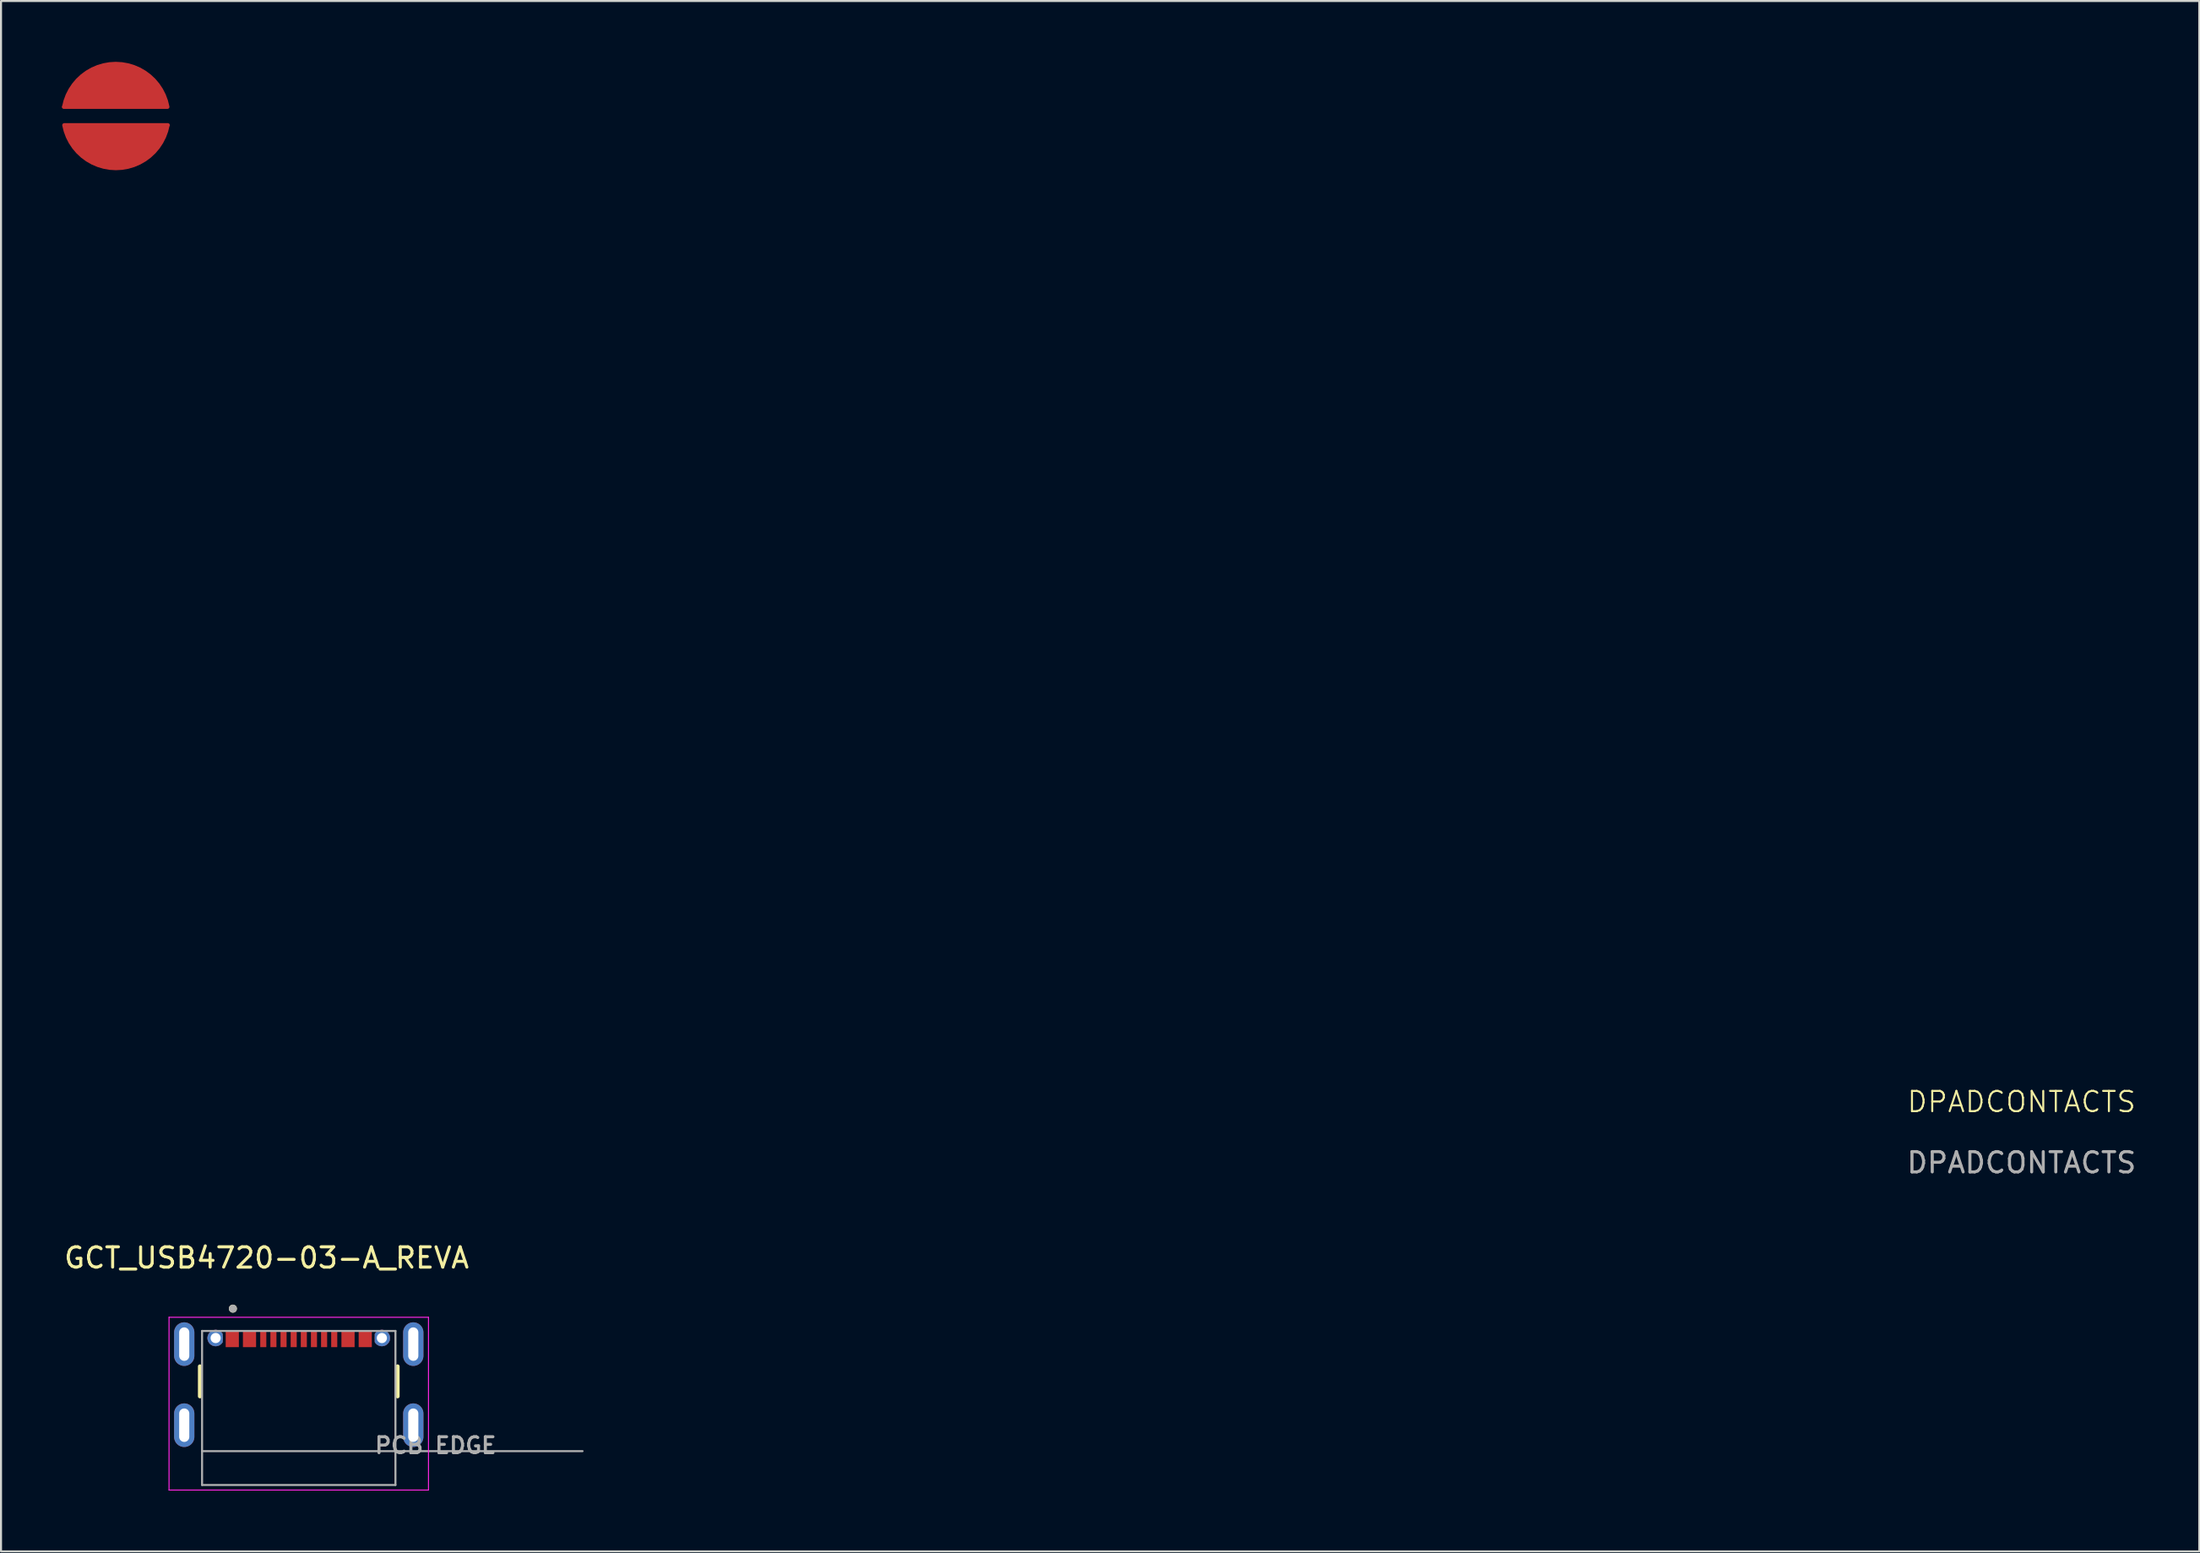
<source format=kicad_pcb>
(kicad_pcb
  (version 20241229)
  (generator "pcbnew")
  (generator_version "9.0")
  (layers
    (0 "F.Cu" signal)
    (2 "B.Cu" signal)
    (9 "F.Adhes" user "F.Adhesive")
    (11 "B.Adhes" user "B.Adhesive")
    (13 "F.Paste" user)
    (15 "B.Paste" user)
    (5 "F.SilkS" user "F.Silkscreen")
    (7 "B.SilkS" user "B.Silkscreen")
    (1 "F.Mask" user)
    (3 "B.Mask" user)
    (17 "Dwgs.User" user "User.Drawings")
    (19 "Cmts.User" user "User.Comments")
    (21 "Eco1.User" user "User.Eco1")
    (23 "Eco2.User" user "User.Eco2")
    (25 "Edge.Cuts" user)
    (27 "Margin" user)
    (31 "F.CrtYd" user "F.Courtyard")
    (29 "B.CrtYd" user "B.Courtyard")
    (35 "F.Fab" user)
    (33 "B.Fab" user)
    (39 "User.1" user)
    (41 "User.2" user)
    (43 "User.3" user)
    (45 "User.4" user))
  (footprint "GCT_USB4720-03-A_REVA"
    (layer "F.Cu")
    (at 11.689 67.264)
    (property "Reference" "GCT_USB4720-03-A_REVA" (at -1.587 -8.255 0) (layer "F.SilkS") (effects (font (size 1 1) (thickness 0.15))))
    (attr smd)
    (fp_poly (pts (xy -3.755 -4.502) (xy -3.794 -4.557) (xy -3.843 -4.606) (xy -3.9 -4.646) (xy -3.963 -4.676) (xy -4.031 -4.694) (xy -4.1 -4.7) (xy -4.169 -4.694) (xy -4.237 -4.676) (xy -4.3 -4.646) (xy -4.357 -4.606) (xy -4.406 -4.557) (xy -4.446 -4.5) (xy -4.476 -4.437) (xy -4.494 -4.369) (xy -4.5 -4.3) (xy -4.494 -4.231) (xy -4.476 -4.163) (xy -4.446 -4.1) (xy -4.406 -4.043) (xy -4.357 -3.994) (xy -4.3 -3.954) (xy -4.237 -3.924) (xy -4.169 -3.906) (xy -4.1 -3.9) (xy -4.031 -3.906) (xy -3.963 -3.924) (xy -3.9 -3.954) (xy -3.843 -3.994) (xy -3.794 -4.043) (xy -3.755 -4.098) (xy -3.755 -4.502) (xy -3.755 -4.502)) (stroke (width 0.01) (type solid)) (fill yes) (layer "F.Cu"))
    (fp_poly (pts (xy 3.755 -4.502) (xy 3.794 -4.557) (xy 3.843 -4.606) (xy 3.9 -4.646) (xy 3.963 -4.676) (xy 4.031 -4.694) (xy 4.1 -4.7) (xy 4.169 -4.694) (xy 4.237 -4.676) (xy 4.3 -4.646) (xy 4.357 -4.606) (xy 4.406 -4.557) (xy 4.446 -4.5) (xy 4.476 -4.437) (xy 4.494 -4.369) (xy 4.5 -4.3) (xy 4.494 -4.231) (xy 4.476 -4.163) (xy 4.446 -4.1) (xy 4.406 -4.043) (xy 4.357 -3.994) (xy 4.3 -3.954) (xy 4.237 -3.924) (xy 4.169 -3.906) (xy 4.1 -3.9) (xy 4.031 -3.906) (xy 3.963 -3.924) (xy 3.9 -3.954) (xy 3.843 -3.994) (xy 3.794 -4.043) (xy 3.755 -4.098) (xy 3.755 -4.502) (xy 3.755 -4.502)) (stroke (width 0.01) (type solid)) (fill yes) (layer "F.Cu"))
    (fp_poly (pts (xy -3.655 -4.7) (xy -2.905 -4.7) (xy -2.905 -3.8) (xy -3.655 -3.8)) (stroke (width 0.01) (type solid)) (fill yes) (layer "F.Mask"))
    (fp_poly (pts (xy -2.805 -4.7) (xy -2.055 -4.7) (xy -2.055 -3.8) (xy -2.805 -3.8)) (stroke (width 0.01) (type solid)) (fill yes) (layer "F.Mask"))
    (fp_poly (pts (xy -1.95 -4.7) (xy -1.55 -4.7) (xy -1.55 -3.8) (xy -1.95 -3.8)) (stroke (width 0.01) (type solid)) (fill yes) (layer "F.Mask"))
    (fp_poly (pts (xy -1.45 -4.7) (xy -1.05 -4.7) (xy -1.05 -3.8) (xy -1.45 -3.8)) (stroke (width 0.01) (type solid)) (fill yes) (layer "F.Mask"))
    (fp_poly (pts (xy -0.95 -4.7) (xy -0.55 -4.7) (xy -0.55 -3.8) (xy -0.95 -3.8)) (stroke (width 0.01) (type solid)) (fill yes) (layer "F.Mask"))
    (fp_poly (pts (xy -0.45 -4.7) (xy -0.05 -4.7) (xy -0.05 -3.8) (xy -0.45 -3.8)) (stroke (width 0.01) (type solid)) (fill yes) (layer "F.Mask"))
    (fp_poly (pts (xy 0.05 -4.7) (xy 0.45 -4.7) (xy 0.45 -3.8) (xy 0.05 -3.8)) (stroke (width 0.01) (type solid)) (fill yes) (layer "F.Mask"))
    (fp_poly (pts (xy 0.55 -4.7) (xy 0.95 -4.7) (xy 0.95 -3.8) (xy 0.55 -3.8)) (stroke (width 0.01) (type solid)) (fill yes) (layer "F.Mask"))
    (fp_poly (pts (xy 1.05 -4.7) (xy 1.45 -4.7) (xy 1.45 -3.8) (xy 1.05 -3.8)) (stroke (width 0.01) (type solid)) (fill yes) (layer "F.Mask"))
    (fp_poly (pts (xy 1.55 -4.7) (xy 1.95 -4.7) (xy 1.95 -3.8) (xy 1.55 -3.8)) (stroke (width 0.01) (type solid)) (fill yes) (layer "F.Mask"))
    (fp_poly (pts (xy 2.055 -4.7) (xy 2.805 -4.7) (xy 2.805 -3.8) (xy 2.055 -3.8)) (stroke (width 0.01) (type solid)) (fill yes) (layer "F.Mask"))
    (fp_poly (pts (xy 2.905 -4.7) (xy 3.655 -4.7) (xy 3.655 -3.8) (xy 2.905 -3.8)) (stroke (width 0.01) (type solid)) (fill yes) (layer "F.Mask"))
    (fp_poly (pts (xy -3.705 -4.516) (xy -3.751 -4.584) (xy -3.806 -4.64) (xy -3.87 -4.687) (xy -3.941 -4.721) (xy -4.017 -4.742) (xy -4.095 -4.75) (xy -4.174 -4.744) (xy -4.25 -4.724) (xy -4.322 -4.691) (xy -4.387 -4.646) (xy -4.443 -4.591) (xy -4.489 -4.526) (xy -4.523 -4.455) (xy -4.543 -4.379) (xy -4.55 -4.3) (xy -4.543 -4.221) (xy -4.523 -4.145) (xy -4.489 -4.074) (xy -4.443 -4.009) (xy -4.387 -3.954) (xy -4.322 -3.909) (xy -4.25 -3.876) (xy -4.174 -3.856) (xy -4.095 -3.85) (xy -4.017 -3.858) (xy -3.941 -3.879) (xy -3.87 -3.913) (xy -3.806 -3.96) (xy -3.751 -4.016) (xy -3.705 -4.084) (xy -3.705 -4.516) (xy -3.705 -4.516)) (stroke (width 0.01) (type solid)) (fill yes) (layer "F.Mask"))
    (fp_poly (pts (xy 3.705 -4.516) (xy 3.751 -4.584) (xy 3.806 -4.64) (xy 3.87 -4.687) (xy 3.941 -4.721) (xy 4.017 -4.742) (xy 4.095 -4.75) (xy 4.174 -4.744) (xy 4.25 -4.724) (xy 4.322 -4.691) (xy 4.387 -4.646) (xy 4.443 -4.591) (xy 4.489 -4.526) (xy 4.523 -4.455) (xy 4.543 -4.379) (xy 4.55 -4.3) (xy 4.543 -4.221) (xy 4.523 -4.145) (xy 4.489 -4.074) (xy 4.443 -4.009) (xy 4.387 -3.954) (xy 4.322 -3.909) (xy 4.25 -3.876) (xy 4.174 -3.856) (xy 4.095 -3.85) (xy 4.017 -3.858) (xy 3.941 -3.879) (xy 3.87 -3.913) (xy 3.806 -3.96) (xy 3.751 -4.016) (xy 3.705 -4.084) (xy 3.705 -4.516) (xy 3.705 -4.516)) (stroke (width 0.01) (type solid)) (fill yes) (layer "F.Mask"))
    (fp_poly (pts (xy -3.755 -4.502) (xy -3.794 -4.557) (xy -3.843 -4.606) (xy -3.9 -4.646) (xy -3.963 -4.676) (xy -4.031 -4.694) (xy -4.1 -4.7) (xy -4.169 -4.694) (xy -4.237 -4.676) (xy -4.3 -4.646) (xy -4.357 -4.606) (xy -4.406 -4.557) (xy -4.446 -4.5) (xy -4.476 -4.437) (xy -4.494 -4.369) (xy -4.5 -4.3) (xy -4.494 -4.231) (xy -4.476 -4.163) (xy -4.446 -4.1) (xy -4.406 -4.043) (xy -4.357 -3.994) (xy -4.3 -3.954) (xy -4.237 -3.924) (xy -4.169 -3.906) (xy -4.1 -3.9) (xy -4.031 -3.906) (xy -3.963 -3.924) (xy -3.9 -3.954) (xy -3.843 -3.994) (xy -3.794 -4.043) (xy -3.755 -4.098) (xy -3.755 -4.502) (xy -3.755 -4.502)) (stroke (width 0.01) (type solid)) (fill yes) (layer "B.Cu"))
    (fp_poly (pts (xy 3.755 -4.502) (xy 3.794 -4.557) (xy 3.843 -4.606) (xy 3.9 -4.646) (xy 3.963 -4.676) (xy 4.031 -4.694) (xy 4.1 -4.7) (xy 4.169 -4.694) (xy 4.237 -4.676) (xy 4.3 -4.646) (xy 4.357 -4.606) (xy 4.406 -4.557) (xy 4.446 -4.5) (xy 4.476 -4.437) (xy 4.494 -4.369) (xy 4.5 -4.3) (xy 4.494 -4.231) (xy 4.476 -4.163) (xy 4.446 -4.1) (xy 4.406 -4.043) (xy 4.357 -3.994) (xy 4.3 -3.954) (xy 4.237 -3.924) (xy 4.169 -3.906) (xy 4.1 -3.9) (xy 4.031 -3.906) (xy 3.963 -3.924) (xy 3.9 -3.954) (xy 3.843 -3.994) (xy 3.794 -4.043) (xy 3.755 -4.098) (xy 3.755 -4.502) (xy 3.755 -4.502)) (stroke (width 0.01) (type solid)) (fill yes) (layer "B.Cu"))
    (fp_poly (pts (xy -3.705 -4.516) (xy -3.751 -4.584) (xy -3.806 -4.64) (xy -3.87 -4.687) (xy -3.941 -4.721) (xy -4.017 -4.742) (xy -4.095 -4.75) (xy -4.174 -4.744) (xy -4.25 -4.724) (xy -4.322 -4.691) (xy -4.387 -4.646) (xy -4.443 -4.591) (xy -4.489 -4.526) (xy -4.523 -4.455) (xy -4.543 -4.379) (xy -4.55 -4.3) (xy -4.543 -4.221) (xy -4.523 -4.145) (xy -4.489 -4.074) (xy -4.443 -4.009) (xy -4.387 -3.954) (xy -4.322 -3.909) (xy -4.25 -3.876) (xy -4.174 -3.856) (xy -4.095 -3.85) (xy -4.017 -3.858) (xy -3.941 -3.879) (xy -3.87 -3.913) (xy -3.806 -3.96) (xy -3.751 -4.016) (xy -3.705 -4.084) (xy -3.705 -4.516) (xy -3.705 -4.516)) (stroke (width 0.01) (type solid)) (fill yes) (layer "B.Mask"))
    (fp_poly (pts (xy 3.705 -4.516) (xy 3.751 -4.584) (xy 3.806 -4.64) (xy 3.87 -4.687) (xy 3.941 -4.721) (xy 4.017 -4.742) (xy 4.095 -4.75) (xy 4.174 -4.744) (xy 4.25 -4.724) (xy 4.322 -4.691) (xy 4.387 -4.646) (xy 4.443 -4.591) (xy 4.489 -4.526) (xy 4.523 -4.455) (xy 4.543 -4.379) (xy 4.55 -4.3) (xy 4.543 -4.221) (xy 4.523 -4.145) (xy 4.489 -4.074) (xy 4.443 -4.009) (xy 4.387 -3.954) (xy 4.322 -3.909) (xy 4.25 -3.876) (xy 4.174 -3.856) (xy 4.095 -3.85) (xy 4.017 -3.858) (xy 3.941 -3.879) (xy 3.87 -3.913) (xy 3.806 -3.96) (xy 3.751 -4.016) (xy 3.705 -4.084) (xy 3.705 -4.516) (xy 3.705 -4.516)) (stroke (width 0.01) (type solid)) (fill yes) (layer "B.Mask"))
    (fp_line (start -4.875 -1.425) (end -4.875 -2.9) (stroke (width 0.2) (type solid)) (layer "F.SilkS"))
    (fp_line (start 4.875 -1.425) (end 4.875 -2.9) (stroke (width 0.2) (type solid)) (layer "F.SilkS"))
    (fp_circle (center -3.25 -5.75) (end -3.15 -5.75) (stroke (width 0.2) (type solid)) (fill no) (layer "F.SilkS"))
    (fp_line (start -6.4 -5.325) (end 6.4 -5.325) (stroke (width 0.05) (type solid)) (layer "F.CrtYd"))
    (fp_line (start -6.4 3.2) (end -6.4 -5.325) (stroke (width 0.05) (type solid)) (layer "F.CrtYd"))
    (fp_line (start 6.4 -5.325) (end 6.4 3.2) (stroke (width 0.05) (type solid)) (layer "F.CrtYd"))
    (fp_line (start 6.4 3.2) (end -6.4 3.2) (stroke (width 0.05) (type solid)) (layer "F.CrtYd"))
    (fp_line (start -4.77 -4.65) (end 4.77 -4.65) (stroke (width 0.1) (type solid)) (layer "F.Fab"))
    (fp_line (start -4.77 1.28) (end -4.77 -4.65) (stroke (width 0.1) (type solid)) (layer "F.Fab"))
    (fp_line (start -4.77 1.28) (end 14 1.28) (stroke (width 0.1) (type solid)) (layer "F.Fab"))
    (fp_line (start -4.77 2.95) (end -4.77 1.28) (stroke (width 0.1) (type solid)) (layer "F.Fab"))
    (fp_line (start 4.77 -4.65) (end 4.77 2.95) (stroke (width 0.1) (type solid)) (layer "F.Fab"))
    (fp_line (start 4.77 2.95) (end -4.77 2.95) (stroke (width 0.1) (type solid)) (layer "F.Fab"))
    (fp_circle (center -3.25 -5.75) (end -3.15 -5.75) (stroke (width 0.2) (type solid)) (fill no) (layer "F.Fab"))
    (fp_text user "PCB EDGE" (at 6.75 1 0) (layer "F.Fab") (effects (font (size 0.787 0.787) (thickness 0.15))))
    (pad "A4" smd rect (at -2.43 -4.25) (size 0.65 0.8) (layers "F.Cu" "F.Paste"))
    (pad "A5" smd rect (at -1.25 -4.25) (size 0.3 0.8) (layers "F.Cu" "F.Paste"))
    (pad "A6" smd rect (at -0.25 -4.25) (size 0.3 0.8) (layers "F.Cu" "F.Paste"))
    (pad "A7" smd rect (at 0.25 -4.25) (size 0.3 0.8) (layers "F.Cu" "F.Paste"))
    (pad "A8" smd rect (at 1.25 -4.25) (size 0.3 0.8) (layers "F.Cu" "F.Paste"))
    (pad "A12" smd rect (at 3.28 -4.25) (size 0.65 0.8) (layers "F.Cu" "F.Paste"))
    (pad "B4" smd rect (at 2.43 -4.25) (size 0.65 0.8) (layers "F.Cu" "F.Paste"))
    (pad "B5" smd rect (at 1.75 -4.25) (size 0.3 0.8) (layers "F.Cu" "F.Paste"))
    (pad "B6" smd rect (at 0.75 -4.25) (size 0.3 0.8) (layers "F.Cu" "F.Paste"))
    (pad "B7" smd rect (at -0.75 -4.25) (size 0.3 0.8) (layers "F.Cu" "F.Paste"))
    (pad "B8" smd rect (at -1.75 -4.25) (size 0.3 0.8) (layers "F.Cu" "F.Paste"))
    (pad "B12" smd rect (at -3.28 -4.25) (size 0.65 0.8) (layers "F.Cu" "F.Paste"))
    (pad "S1" thru_hole oval (at -5.65 -4) (size 1 2.15) (drill oval 0.5 1.65) (layers "*.Cu" "*.Mask"))
    (pad "S1" thru_hole oval (at -5.65 0) (size 1 2.15) (drill oval 0.5 1.65) (layers "*.Cu" "*.Mask"))
    (pad "S1" thru_hole circle (at -4.1 -4.3) (size 0.69 0.69) (drill 0.5) (layers "*.Cu"))
    (pad "S1" thru_hole circle (at 4.1 -4.3) (size 0.69 0.69) (drill 0.5) (layers "*.Cu"))
    (pad "S1" thru_hole oval (at 5.65 -4) (size 1 2.15) (drill oval 0.5 1.65) (layers "*.Cu" "*.Mask"))
    (pad "S1" thru_hole oval (at 5.65 0) (size 1 2.15) (drill oval 0.5 1.65) (layers "*.Cu" "*.Mask")))
  (footprint "DPADCONTACTS"
    (layer "F.Cu")
    (at 2.66 1.173)
    (property "Reference" "DPADCONTACTS" (at 94.02 50.14 0) (unlocked yes) (layer "F.SilkS") (effects (font (size 1 1) (thickness 0.1))))
    (fp_text user "${REFERENCE}" (at 94.02 53.14 0) (unlocked yes) (layer "F.Fab") (effects (font (size 1 1) (thickness 0.15))))
    (pad "1" smd custom (at 0 0) (size 1.524 1.524) (layers "F.Cu" "F.Mask") (options (anchor circle)) (primitives (gr_poly (pts (xy -2.56 1.06) (xy 2.55 1.06) (xy 2.4 0.512) (xy 2.09 -0.038) (xy 1.49 -0.608) (xy 0.59 -1.038) (xy -0.13 -1.078) (xy -0.76 -0.958) (xy -1.28 -0.718) (xy -1.91 -0.258) (xy -2.32 0.362)) (width 0.0001) (fill yes)) (gr_arc (start -2.550326 1.051776) (mid -0.000903 -1.072951) (end 2.549999 1.05) (width 0.2)) (gr_line (start 2.55 1.05) (end -2.56 1.05) (width 0.2))))
    (pad "2" smd custom (at -0.01 2.83) (size 1.524 1.524) (layers "F.Cu" "F.Mask") (options (anchor circle)) (primitives (gr_poly (pts (xy 2.58 -0.878) (xy -2.53 -0.878) (xy -2.38 -0.33) (xy -2.07 0.22) (xy -1.47 0.79) (xy -0.57 1.22) (xy 0.15 1.26) (xy 0.78 1.14) (xy 1.3 0.9) (xy 1.93 0.44) (xy 2.34 -0.18)) (width 0.0001) (fill yes)) (gr_line (start -2.53 -0.878) (end 2.58 -0.878) (width 0.2)) (gr_arc (start 2.57 -0.88) (mid 0.020577 1.244727) (end -2.530325 -0.878224) (width 0.2)))))
  (gr_rect
    (start -3 -3)
    (end 105.448 73.489)
    (stroke (width 0.1) (type default))
    (fill no)
    (layer "Edge.Cuts")))
</source>
